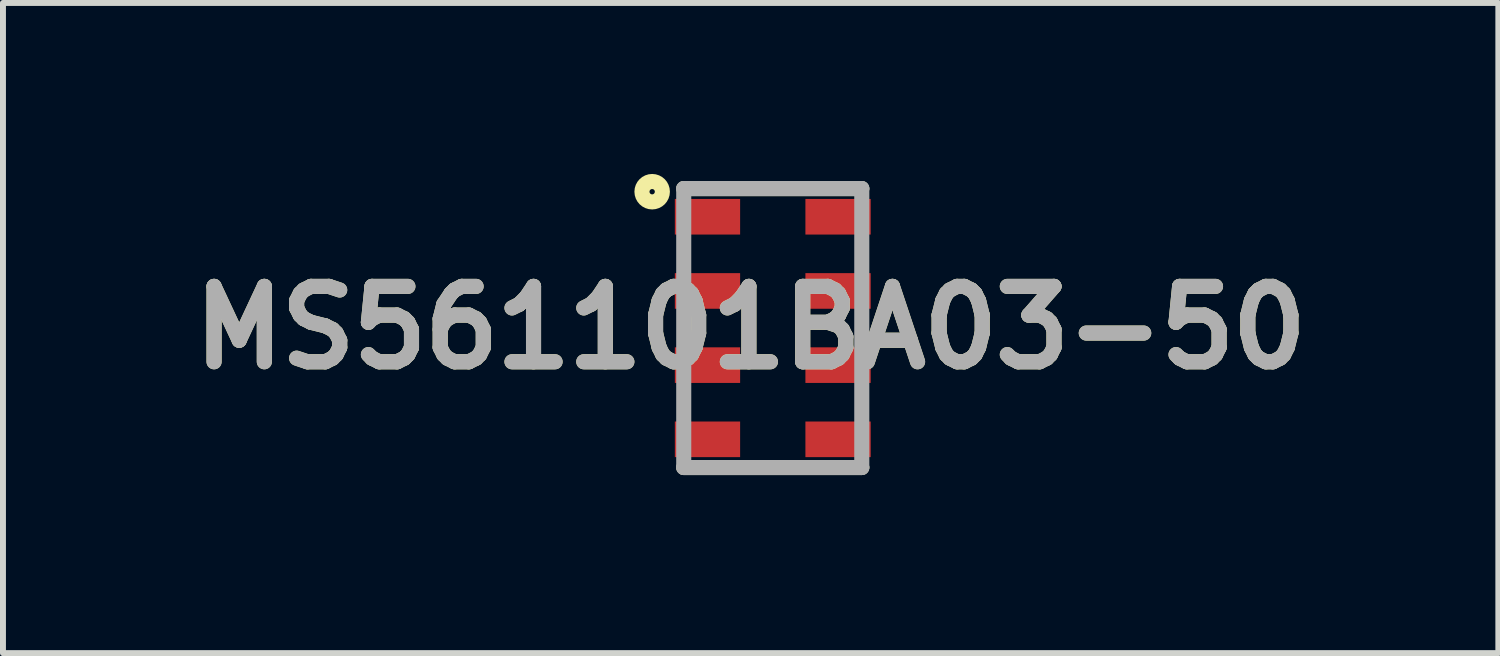
<source format=kicad_pcb>
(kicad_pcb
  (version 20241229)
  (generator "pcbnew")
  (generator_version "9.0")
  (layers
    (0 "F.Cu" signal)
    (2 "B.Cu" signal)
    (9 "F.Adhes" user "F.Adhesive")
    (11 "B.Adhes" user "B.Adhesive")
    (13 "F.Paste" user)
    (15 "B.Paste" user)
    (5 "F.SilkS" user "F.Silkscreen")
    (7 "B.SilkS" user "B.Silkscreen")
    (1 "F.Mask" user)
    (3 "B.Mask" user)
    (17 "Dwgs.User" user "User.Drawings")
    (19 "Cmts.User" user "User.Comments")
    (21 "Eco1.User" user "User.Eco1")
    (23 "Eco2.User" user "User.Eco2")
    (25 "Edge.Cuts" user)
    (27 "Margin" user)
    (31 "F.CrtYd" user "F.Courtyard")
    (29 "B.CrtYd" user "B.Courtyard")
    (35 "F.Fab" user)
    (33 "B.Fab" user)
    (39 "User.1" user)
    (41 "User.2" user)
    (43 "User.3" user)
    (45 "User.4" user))
  (footprint "MS561101BA03-50"
    (layer "F.Cu")
    (at 9.97 2.477)
    (property "Reference" "MS561101BA03-50" (at -0.372 -0.006 0) (layer "F.SilkS") (effects (font (size 1.27 1.27) (thickness 0.254))))
    (attr smd)
    (fp_line (start -1.5 -2.35) (end 1.5 -2.35) (stroke (width 0.254) (type solid)) (layer "F.SilkS"))
    (fp_line (start -1.5 2.35) (end 1.5 2.35) (stroke (width 0.254) (type solid)) (layer "F.SilkS"))
    (fp_circle (center -2.032 -2.297) (end -2.032 -2.252) (stroke (width 0.254) (type solid)) (fill no) (layer "F.SilkS"))
    (fp_line (start -1.5 -2.35) (end 1.5 -2.35) (stroke (width 0.254) (type solid)) (layer "F.Fab"))
    (fp_line (start -1.5 2.35) (end -1.5 -2.35) (stroke (width 0.254) (type solid)) (layer "F.Fab"))
    (fp_line (start 1.5 -2.35) (end 1.5 2.35) (stroke (width 0.254) (type solid)) (layer "F.Fab"))
    (fp_line (start 1.5 2.35) (end -1.5 2.35) (stroke (width 0.254) (type solid)) (layer "F.Fab"))
    (fp_text user "${REFERENCE}" (at -0.372 -0.006 0) (layer "F.Fab") (effects (font (size 1.27 1.27) (thickness 0.254))))
    (pad "1" smd rect (at -1.1 -1.875 90) (size 0.6 1.1) (layers "F.Cu" "F.Mask" "F.Paste"))
    (pad "2" smd rect (at -1.1 -0.625 90) (size 0.6 1.1) (layers "F.Cu" "F.Mask" "F.Paste"))
    (pad "3" smd rect (at -1.1 0.625 90) (size 0.6 1.1) (layers "F.Cu" "F.Mask" "F.Paste"))
    (pad "4" smd rect (at -1.1 1.875 90) (size 0.6 1.1) (layers "F.Cu" "F.Mask" "F.Paste"))
    (pad "5" smd rect (at 1.1 1.875 90) (size 0.6 1.1) (layers "F.Cu" "F.Mask" "F.Paste"))
    (pad "6" smd rect (at 1.1 0.625 90) (size 0.6 1.1) (layers "F.Cu" "F.Mask" "F.Paste"))
    (pad "7" smd rect (at 1.1 -0.625 90) (size 0.6 1.1) (layers "F.Cu" "F.Mask" "F.Paste"))
    (pad "8" smd rect (at 1.1 -1.875 90) (size 0.6 1.1) (layers "F.Cu" "F.Mask" "F.Paste")))
  (gr_rect
    (start -3 -3)
    (end 22.195 7.954)
    (stroke (width 0.1) (type default))
    (fill no)
    (layer "Edge.Cuts")))
</source>
